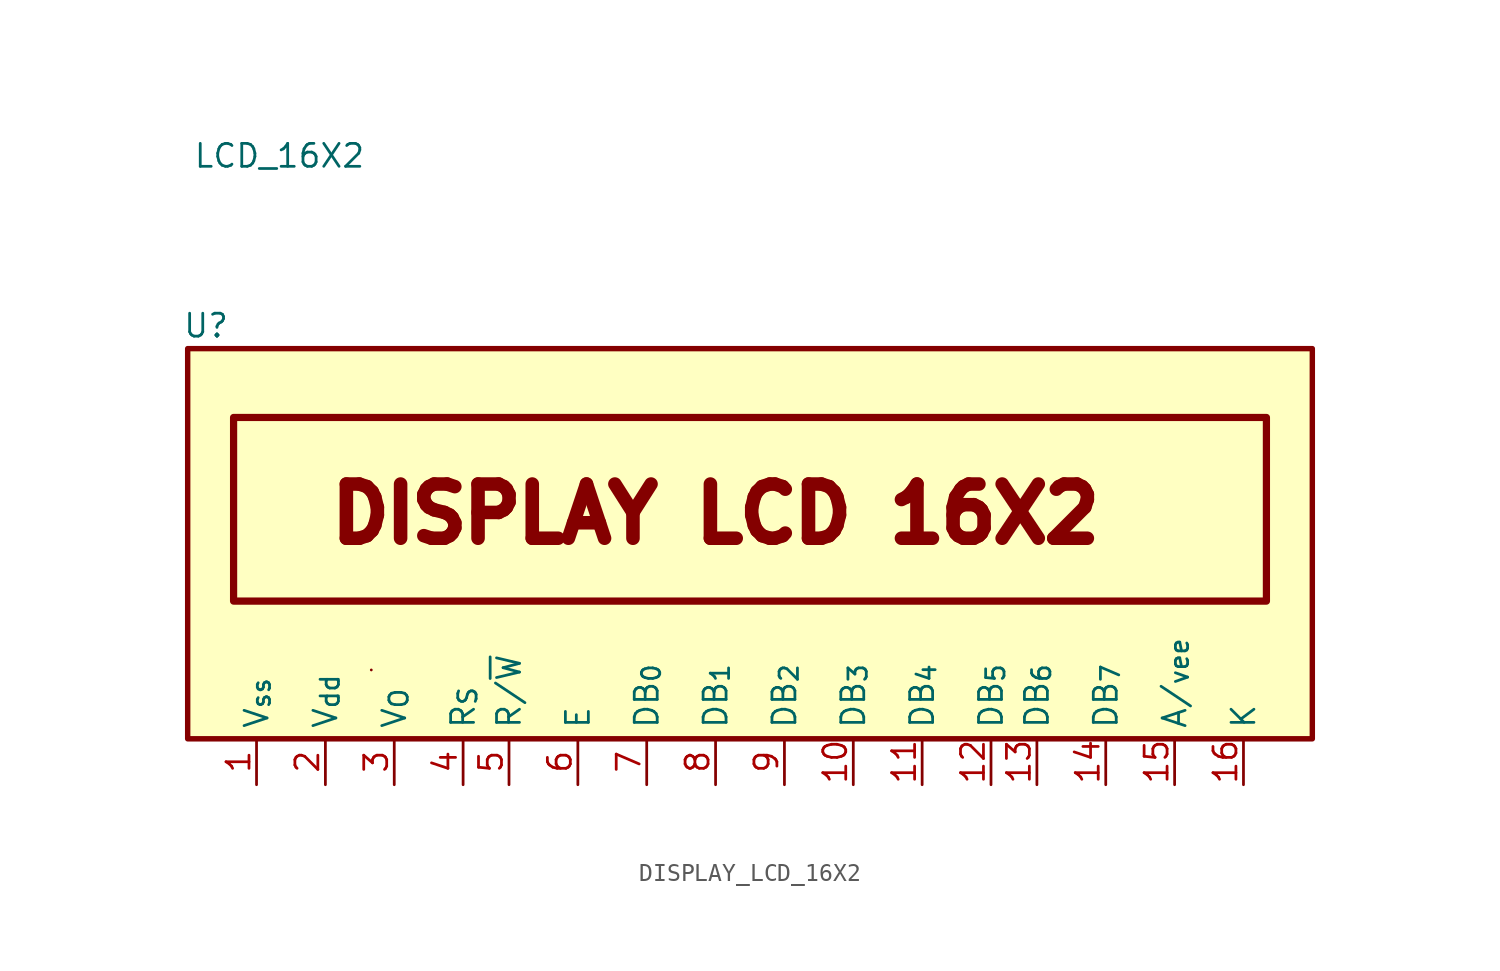
<source format=kicad_sym>
(kicad_symbol_lib
  (version 20231120)
  (generator "kicad_symbol_editor")
  (generator_version "8.0")
  (symbol "DISPLAY_LCD_16X2"
    (property "Reference" "U"
      (at 1.016 22.86 0)
      (effects (font (size 1.27 1.27))))
    (property "Value" "LCD_16X2"
      (at 5.08 32.258 0)
      (effects (font (size 1.27 1.27))))
    (symbol "DISPLAY_LCD_16X2_0_1"
      (rectangle (start 10.16 3.81) (end 10.16 3.81) (stroke (width 0) (type default)) (fill (type none)))
      (rectangle (start 62.23 16.51) (end 62.23 16.51) (stroke (width 0) (type default)) (fill (type none))))
    (symbol "DISPLAY_LCD_16X2_1_1"
      (rectangle (start 0 21.59) (end 62.23 0) (stroke (width 0.3) (type default)) (fill (type background)))
      (rectangle (start 2.54 17.78) (end 59.69 7.62) (stroke (width 0.4) (type default)) (fill (type none)))
      (text "DISPLAY LCD 16X2" (at 29.21 12.446 0) (effects (font (size 3 3) (thickness 1))))
      (pin power_out line (at 3.81 -2.54 90) (length 2.54) (name "V_{ss}" (effects (font (size 1.27 1.27)))) (number "1" (effects (font (size 1.27 1.27)))))
      (pin bidirectional line (at 36.83 -2.54 90) (length 2.54) (name "DB_{3}" (effects (font (size 1.27 1.27)))) (number "10" (effects (font (size 1.27 1.27)))))
      (pin bidirectional line (at 40.64 -2.54 90) (length 2.54) (name "DB_{4}" (effects (font (size 1.27 1.27)))) (number "11" (effects (font (size 1.27 1.27)))))
      (pin bidirectional line (at 44.45 -2.54 90) (length 2.54) (name "DB_{5}" (effects (font (size 1.27 1.27)))) (number "12" (effects (font (size 1.27 1.27)))))
      (pin bidirectional line (at 46.99 -2.54 90) (length 2.54) (name "DB_{6}" (effects (font (size 1.27 1.27)))) (number "13" (effects (font (size 1.27 1.27)))))
      (pin bidirectional line (at 50.8 -2.54 90) (length 2.54) (name "DB_{7}" (effects (font (size 1.27 1.27)))) (number "14" (effects (font (size 1.27 1.27)))))
      (pin power_in line (at 54.61 -2.54 90) (length 2.54) (name "A/_{vee}" (effects (font (size 1.27 1.27)))) (number "15" (effects (font (size 1.27 1.27)))))
      (pin power_in line (at 58.42 -2.54 90) (length 2.54) (name "K" (effects (font (size 1.27 1.27)))) (number "16" (effects (font (size 1.27 1.27)))))
      (pin power_in line (at 7.62 -2.54 90) (length 2.54) (name "V_{dd}" (effects (font (size 1.27 1.27)))) (number "2" (effects (font (size 1.27 1.27)))))
      (pin input line (at 11.43 -2.54 90) (length 2.54) (name "V_{O}" (effects (font (size 1.27 1.27)))) (number "3" (effects (font (size 1.27 1.27)))))
      (pin input line (at 15.24 -2.54 90) (length 2.54) (name "R_{S}" (effects (font (size 1.27 1.27)))) (number "4" (effects (font (size 1.27 1.27)))))
      (pin input line (at 17.78 -2.54 90) (length 2.54) (name "R/~{W}" (effects (font (size 1.27 1.27)))) (number "5" (effects (font (size 1.27 1.27)))))
      (pin bidirectional line (at 21.59 -2.54 90) (length 2.54) (name "E" (effects (font (size 1.27 1.27)))) (number "6" (effects (font (size 1.27 1.27)))))
      (pin bidirectional line (at 25.4 -2.54 90) (length 2.54) (name "DB_{0}" (effects (font (size 1.27 1.27)))) (number "7" (effects (font (size 1.27 1.27)))))
      (pin bidirectional line (at 29.21 -2.54 90) (length 2.54) (name "DB_{1}" (effects (font (size 1.27 1.27)))) (number "8" (effects (font (size 1.27 1.27)))))
      (pin bidirectional line (at 33.02 -2.54 90) (length 2.54) (name "DB_{2}" (effects (font (size 1.27 1.27)))) (number "9" (effects (font (size 1.27 1.27))))))))
</source>
